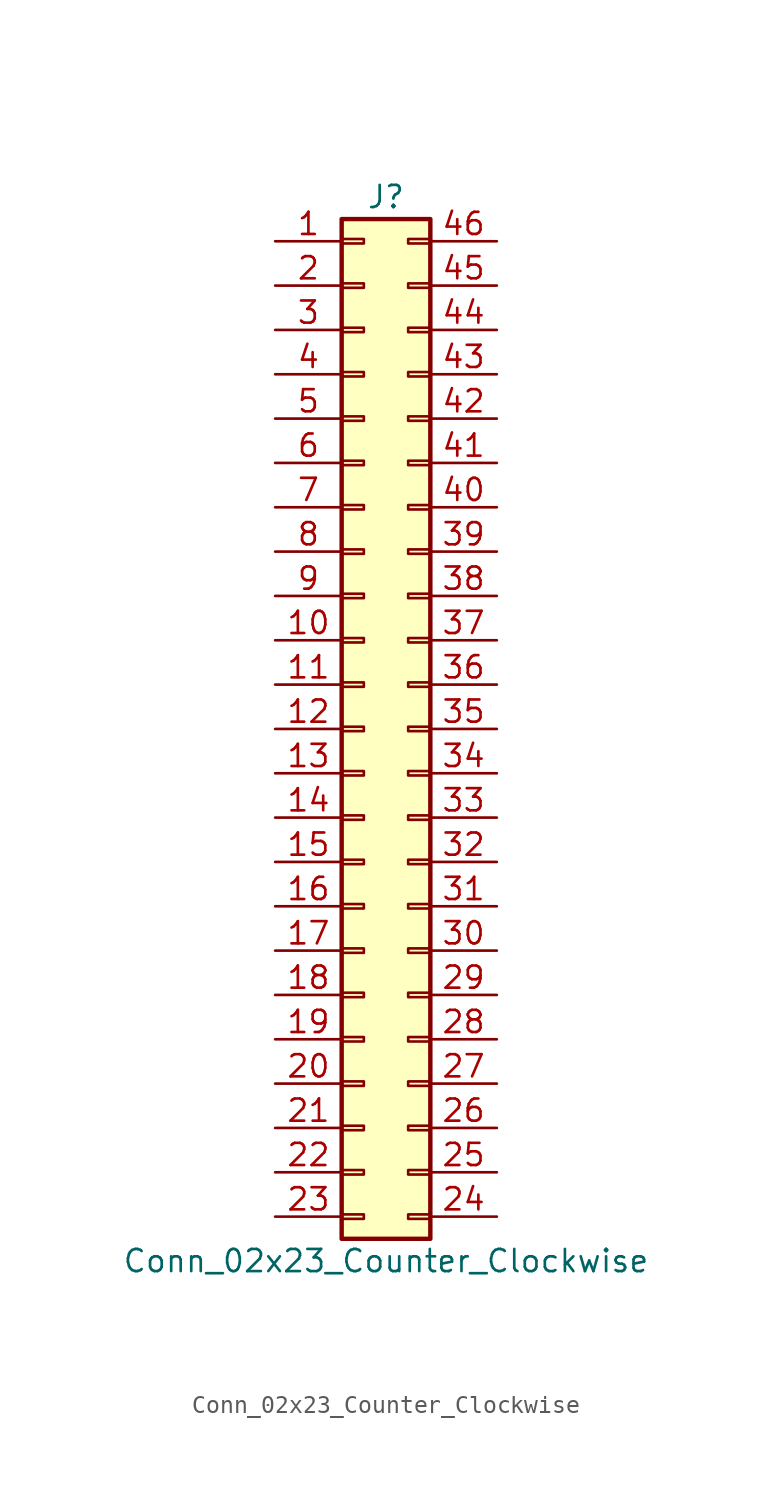
<source format=kicad_sym>
(kicad_symbol_lib
  (version 20211014)
  (generator kicad_symbol_editor)
  (symbol "Conn_02x23_Counter_Clockwise"
    (pin_names
      (offset 1.016) hide)
    (property "Reference" "J"
      (at 1.27 30.48 0)
      (effects (font (size 1.27 1.27))))
    (property "Value" "Conn_02x23_Counter_Clockwise"
      (at 1.27 -30.48 0)
      (effects (font (size 1.27 1.27))))
    (symbol "Conn_02x23_Counter_Clockwise_1_1"
      (rectangle (start -1.27 -27.813) (end 0 -28.067) (stroke (width 0.152) (type default) (color 0 0 0 0)) (fill (type none)))
      (rectangle (start -1.27 -25.273) (end 0 -25.527) (stroke (width 0.152) (type default) (color 0 0 0 0)) (fill (type none)))
      (rectangle (start -1.27 -22.733) (end 0 -22.987) (stroke (width 0.152) (type default) (color 0 0 0 0)) (fill (type none)))
      (rectangle (start -1.27 -20.193) (end 0 -20.447) (stroke (width 0.152) (type default) (color 0 0 0 0)) (fill (type none)))
      (rectangle (start -1.27 -17.653) (end 0 -17.907) (stroke (width 0.152) (type default) (color 0 0 0 0)) (fill (type none)))
      (rectangle (start -1.27 -15.113) (end 0 -15.367) (stroke (width 0.152) (type default) (color 0 0 0 0)) (fill (type none)))
      (rectangle (start -1.27 -12.573) (end 0 -12.827) (stroke (width 0.152) (type default) (color 0 0 0 0)) (fill (type none)))
      (rectangle (start -1.27 -10.033) (end 0 -10.287) (stroke (width 0.152) (type default) (color 0 0 0 0)) (fill (type none)))
      (rectangle (start -1.27 -7.493) (end 0 -7.747) (stroke (width 0.152) (type default) (color 0 0 0 0)) (fill (type none)))
      (rectangle (start -1.27 -4.953) (end 0 -5.207) (stroke (width 0.152) (type default) (color 0 0 0 0)) (fill (type none)))
      (rectangle (start -1.27 -2.413) (end 0 -2.667) (stroke (width 0.152) (type default) (color 0 0 0 0)) (fill (type none)))
      (rectangle (start -1.27 0.127) (end 0 -0.127) (stroke (width 0.152) (type default) (color 0 0 0 0)) (fill (type none)))
      (rectangle (start -1.27 2.667) (end 0 2.413) (stroke (width 0.152) (type default) (color 0 0 0 0)) (fill (type none)))
      (rectangle (start -1.27 5.207) (end 0 4.953) (stroke (width 0.152) (type default) (color 0 0 0 0)) (fill (type none)))
      (rectangle (start -1.27 7.747) (end 0 7.493) (stroke (width 0.152) (type default) (color 0 0 0 0)) (fill (type none)))
      (rectangle (start -1.27 10.287) (end 0 10.033) (stroke (width 0.152) (type default) (color 0 0 0 0)) (fill (type none)))
      (rectangle (start -1.27 12.827) (end 0 12.573) (stroke (width 0.152) (type default) (color 0 0 0 0)) (fill (type none)))
      (rectangle (start -1.27 15.367) (end 0 15.113) (stroke (width 0.152) (type default) (color 0 0 0 0)) (fill (type none)))
      (rectangle (start -1.27 17.907) (end 0 17.653) (stroke (width 0.152) (type default) (color 0 0 0 0)) (fill (type none)))
      (rectangle (start -1.27 20.447) (end 0 20.193) (stroke (width 0.152) (type default) (color 0 0 0 0)) (fill (type none)))
      (rectangle (start -1.27 22.987) (end 0 22.733) (stroke (width 0.152) (type default) (color 0 0 0 0)) (fill (type none)))
      (rectangle (start -1.27 25.527) (end 0 25.273) (stroke (width 0.152) (type default) (color 0 0 0 0)) (fill (type none)))
      (rectangle (start -1.27 28.067) (end 0 27.813) (stroke (width 0.152) (type default) (color 0 0 0 0)) (fill (type none)))
      (rectangle (start -1.27 29.21) (end 3.81 -29.21) (stroke (width 0.254) (type default) (color 0 0 0 0)) (fill (type background)))
      (rectangle (start 3.81 -27.813) (end 2.54 -28.067) (stroke (width 0.152) (type default) (color 0 0 0 0)) (fill (type none)))
      (rectangle (start 3.81 -25.273) (end 2.54 -25.527) (stroke (width 0.152) (type default) (color 0 0 0 0)) (fill (type none)))
      (rectangle (start 3.81 -22.733) (end 2.54 -22.987) (stroke (width 0.152) (type default) (color 0 0 0 0)) (fill (type none)))
      (rectangle (start 3.81 -20.193) (end 2.54 -20.447) (stroke (width 0.152) (type default) (color 0 0 0 0)) (fill (type none)))
      (rectangle (start 3.81 -17.653) (end 2.54 -17.907) (stroke (width 0.152) (type default) (color 0 0 0 0)) (fill (type none)))
      (rectangle (start 3.81 -15.113) (end 2.54 -15.367) (stroke (width 0.152) (type default) (color 0 0 0 0)) (fill (type none)))
      (rectangle (start 3.81 -12.573) (end 2.54 -12.827) (stroke (width 0.152) (type default) (color 0 0 0 0)) (fill (type none)))
      (rectangle (start 3.81 -10.033) (end 2.54 -10.287) (stroke (width 0.152) (type default) (color 0 0 0 0)) (fill (type none)))
      (rectangle (start 3.81 -7.493) (end 2.54 -7.747) (stroke (width 0.152) (type default) (color 0 0 0 0)) (fill (type none)))
      (rectangle (start 3.81 -4.953) (end 2.54 -5.207) (stroke (width 0.152) (type default) (color 0 0 0 0)) (fill (type none)))
      (rectangle (start 3.81 -2.413) (end 2.54 -2.667) (stroke (width 0.152) (type default) (color 0 0 0 0)) (fill (type none)))
      (rectangle (start 3.81 0.127) (end 2.54 -0.127) (stroke (width 0.152) (type default) (color 0 0 0 0)) (fill (type none)))
      (rectangle (start 3.81 2.667) (end 2.54 2.413) (stroke (width 0.152) (type default) (color 0 0 0 0)) (fill (type none)))
      (rectangle (start 3.81 5.207) (end 2.54 4.953) (stroke (width 0.152) (type default) (color 0 0 0 0)) (fill (type none)))
      (rectangle (start 3.81 7.747) (end 2.54 7.493) (stroke (width 0.152) (type default) (color 0 0 0 0)) (fill (type none)))
      (rectangle (start 3.81 10.287) (end 2.54 10.033) (stroke (width 0.152) (type default) (color 0 0 0 0)) (fill (type none)))
      (rectangle (start 3.81 12.827) (end 2.54 12.573) (stroke (width 0.152) (type default) (color 0 0 0 0)) (fill (type none)))
      (rectangle (start 3.81 15.367) (end 2.54 15.113) (stroke (width 0.152) (type default) (color 0 0 0 0)) (fill (type none)))
      (rectangle (start 3.81 17.907) (end 2.54 17.653) (stroke (width 0.152) (type default) (color 0 0 0 0)) (fill (type none)))
      (rectangle (start 3.81 20.447) (end 2.54 20.193) (stroke (width 0.152) (type default) (color 0 0 0 0)) (fill (type none)))
      (rectangle (start 3.81 22.987) (end 2.54 22.733) (stroke (width 0.152) (type default) (color 0 0 0 0)) (fill (type none)))
      (rectangle (start 3.81 25.527) (end 2.54 25.273) (stroke (width 0.152) (type default) (color 0 0 0 0)) (fill (type none)))
      (rectangle (start 3.81 28.067) (end 2.54 27.813) (stroke (width 0.152) (type default) (color 0 0 0 0)) (fill (type none)))
      (pin passive line (at -5.08 27.94 0) (length 3.81) (name "Pin_1" (effects (font (size 1.27 1.27)))) (number "1" (effects (font (size 1.27 1.27)))))
      (pin passive line (at -5.08 5.08 0) (length 3.81) (name "Pin_10" (effects (font (size 1.27 1.27)))) (number "10" (effects (font (size 1.27 1.27)))))
      (pin passive line (at -5.08 2.54 0) (length 3.81) (name "Pin_11" (effects (font (size 1.27 1.27)))) (number "11" (effects (font (size 1.27 1.27)))))
      (pin passive line (at -5.08 0 0) (length 3.81) (name "Pin_12" (effects (font (size 1.27 1.27)))) (number "12" (effects (font (size 1.27 1.27)))))
      (pin passive line (at -5.08 -2.54 0) (length 3.81) (name "Pin_13" (effects (font (size 1.27 1.27)))) (number "13" (effects (font (size 1.27 1.27)))))
      (pin passive line (at -5.08 -5.08 0) (length 3.81) (name "Pin_14" (effects (font (size 1.27 1.27)))) (number "14" (effects (font (size 1.27 1.27)))))
      (pin passive line (at -5.08 -7.62 0) (length 3.81) (name "Pin_15" (effects (font (size 1.27 1.27)))) (number "15" (effects (font (size 1.27 1.27)))))
      (pin passive line (at -5.08 -10.16 0) (length 3.81) (name "Pin_16" (effects (font (size 1.27 1.27)))) (number "16" (effects (font (size 1.27 1.27)))))
      (pin passive line (at -5.08 -12.7 0) (length 3.81) (name "Pin_17" (effects (font (size 1.27 1.27)))) (number "17" (effects (font (size 1.27 1.27)))))
      (pin passive line (at -5.08 -15.24 0) (length 3.81) (name "Pin_18" (effects (font (size 1.27 1.27)))) (number "18" (effects (font (size 1.27 1.27)))))
      (pin passive line (at -5.08 -17.78 0) (length 3.81) (name "Pin_19" (effects (font (size 1.27 1.27)))) (number "19" (effects (font (size 1.27 1.27)))))
      (pin passive line (at -5.08 25.4 0) (length 3.81) (name "Pin_2" (effects (font (size 1.27 1.27)))) (number "2" (effects (font (size 1.27 1.27)))))
      (pin passive line (at -5.08 -20.32 0) (length 3.81) (name "Pin_20" (effects (font (size 1.27 1.27)))) (number "20" (effects (font (size 1.27 1.27)))))
      (pin passive line (at -5.08 -22.86 0) (length 3.81) (name "Pin_21" (effects (font (size 1.27 1.27)))) (number "21" (effects (font (size 1.27 1.27)))))
      (pin passive line (at -5.08 -25.4 0) (length 3.81) (name "Pin_22" (effects (font (size 1.27 1.27)))) (number "22" (effects (font (size 1.27 1.27)))))
      (pin passive line (at -5.08 -27.94 0) (length 3.81) (name "Pin_23" (effects (font (size 1.27 1.27)))) (number "23" (effects (font (size 1.27 1.27)))))
      (pin passive line (at 7.62 -27.94 180) (length 3.81) (name "Pin_24" (effects (font (size 1.27 1.27)))) (number "24" (effects (font (size 1.27 1.27)))))
      (pin passive line (at 7.62 -25.4 180) (length 3.81) (name "Pin_25" (effects (font (size 1.27 1.27)))) (number "25" (effects (font (size 1.27 1.27)))))
      (pin passive line (at 7.62 -22.86 180) (length 3.81) (name "Pin_26" (effects (font (size 1.27 1.27)))) (number "26" (effects (font (size 1.27 1.27)))))
      (pin passive line (at 7.62 -20.32 180) (length 3.81) (name "Pin_27" (effects (font (size 1.27 1.27)))) (number "27" (effects (font (size 1.27 1.27)))))
      (pin passive line (at 7.62 -17.78 180) (length 3.81) (name "Pin_28" (effects (font (size 1.27 1.27)))) (number "28" (effects (font (size 1.27 1.27)))))
      (pin passive line (at 7.62 -15.24 180) (length 3.81) (name "Pin_29" (effects (font (size 1.27 1.27)))) (number "29" (effects (font (size 1.27 1.27)))))
      (pin passive line (at -5.08 22.86 0) (length 3.81) (name "Pin_3" (effects (font (size 1.27 1.27)))) (number "3" (effects (font (size 1.27 1.27)))))
      (pin passive line (at 7.62 -12.7 180) (length 3.81) (name "Pin_30" (effects (font (size 1.27 1.27)))) (number "30" (effects (font (size 1.27 1.27)))))
      (pin passive line (at 7.62 -10.16 180) (length 3.81) (name "Pin_31" (effects (font (size 1.27 1.27)))) (number "31" (effects (font (size 1.27 1.27)))))
      (pin passive line (at 7.62 -7.62 180) (length 3.81) (name "Pin_32" (effects (font (size 1.27 1.27)))) (number "32" (effects (font (size 1.27 1.27)))))
      (pin passive line (at 7.62 -5.08 180) (length 3.81) (name "Pin_33" (effects (font (size 1.27 1.27)))) (number "33" (effects (font (size 1.27 1.27)))))
      (pin passive line (at 7.62 -2.54 180) (length 3.81) (name "Pin_34" (effects (font (size 1.27 1.27)))) (number "34" (effects (font (size 1.27 1.27)))))
      (pin passive line (at 7.62 0 180) (length 3.81) (name "Pin_35" (effects (font (size 1.27 1.27)))) (number "35" (effects (font (size 1.27 1.27)))))
      (pin passive line (at 7.62 2.54 180) (length 3.81) (name "Pin_36" (effects (font (size 1.27 1.27)))) (number "36" (effects (font (size 1.27 1.27)))))
      (pin passive line (at 7.62 5.08 180) (length 3.81) (name "Pin_37" (effects (font (size 1.27 1.27)))) (number "37" (effects (font (size 1.27 1.27)))))
      (pin passive line (at 7.62 7.62 180) (length 3.81) (name "Pin_38" (effects (font (size 1.27 1.27)))) (number "38" (effects (font (size 1.27 1.27)))))
      (pin passive line (at 7.62 10.16 180) (length 3.81) (name "Pin_39" (effects (font (size 1.27 1.27)))) (number "39" (effects (font (size 1.27 1.27)))))
      (pin passive line (at -5.08 20.32 0) (length 3.81) (name "Pin_4" (effects (font (size 1.27 1.27)))) (number "4" (effects (font (size 1.27 1.27)))))
      (pin passive line (at 7.62 12.7 180) (length 3.81) (name "Pin_40" (effects (font (size 1.27 1.27)))) (number "40" (effects (font (size 1.27 1.27)))))
      (pin passive line (at 7.62 15.24 180) (length 3.81) (name "Pin_41" (effects (font (size 1.27 1.27)))) (number "41" (effects (font (size 1.27 1.27)))))
      (pin passive line (at 7.62 17.78 180) (length 3.81) (name "Pin_42" (effects (font (size 1.27 1.27)))) (number "42" (effects (font (size 1.27 1.27)))))
      (pin passive line (at 7.62 20.32 180) (length 3.81) (name "Pin_43" (effects (font (size 1.27 1.27)))) (number "43" (effects (font (size 1.27 1.27)))))
      (pin passive line (at 7.62 22.86 180) (length 3.81) (name "Pin_44" (effects (font (size 1.27 1.27)))) (number "44" (effects (font (size 1.27 1.27)))))
      (pin passive line (at 7.62 25.4 180) (length 3.81) (name "Pin_45" (effects (font (size 1.27 1.27)))) (number "45" (effects (font (size 1.27 1.27)))))
      (pin passive line (at 7.62 27.94 180) (length 3.81) (name "Pin_46" (effects (font (size 1.27 1.27)))) (number "46" (effects (font (size 1.27 1.27)))))
      (pin passive line (at -5.08 17.78 0) (length 3.81) (name "Pin_5" (effects (font (size 1.27 1.27)))) (number "5" (effects (font (size 1.27 1.27)))))
      (pin passive line (at -5.08 15.24 0) (length 3.81) (name "Pin_6" (effects (font (size 1.27 1.27)))) (number "6" (effects (font (size 1.27 1.27)))))
      (pin passive line (at -5.08 12.7 0) (length 3.81) (name "Pin_7" (effects (font (size 1.27 1.27)))) (number "7" (effects (font (size 1.27 1.27)))))
      (pin passive line (at -5.08 10.16 0) (length 3.81) (name "Pin_8" (effects (font (size 1.27 1.27)))) (number "8" (effects (font (size 1.27 1.27)))))
      (pin passive line (at -5.08 7.62 0) (length 3.81) (name "Pin_9" (effects (font (size 1.27 1.27)))) (number "9" (effects (font (size 1.27 1.27))))))))
</source>
